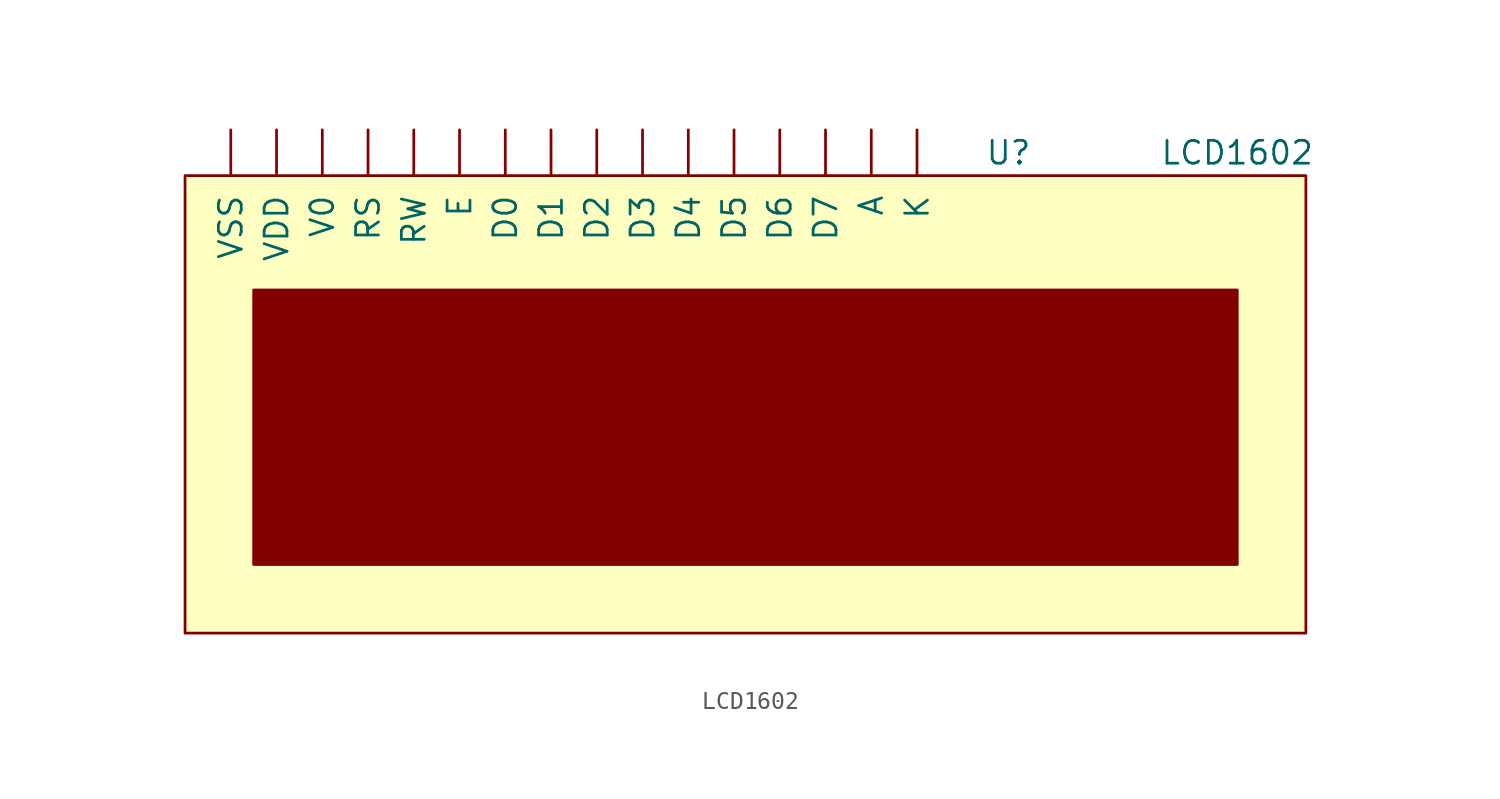
<source format=kicad_sym>
(kicad_symbol_lib
  (version 20211014)
  (generator kicad_symbol_editor)
  (symbol "LCD1602"
    (pin_numbers hide)
    (pin_names
      (offset 1.016))
    (property "Reference" "U"
      (at 15.24 15.24 0)
      (effects (font (size 1.27 1.27))))
    (property "Value" "LCD1602"
      (at 27.94 15.24 0)
      (effects (font (size 1.27 1.27))))
    (symbol "LCD1602_0_1"
      (rectangle (start -30.48 13.97) (end 31.75 -11.43) (stroke (width 0) (type default) (color 0 0 0 0)) (fill (type background)))
      (rectangle (start -26.67 7.62) (end 27.94 -7.62) (stroke (width 0) (type default) (color 0 0 0 0)) (fill (type outline))))
    (symbol "LCD1602_1_1"
      (pin bidirectional line (at -27.94 16.51 270) (length 2.54) (name "VSS" (effects (font (size 1.27 1.27)))) (number "1" (effects (font (size 1.27 1.27)))))
      (pin bidirectional line (at -5.08 16.51 270) (length 2.54) (name "D3" (effects (font (size 1.27 1.27)))) (number "10" (effects (font (size 1.27 1.27)))))
      (pin bidirectional line (at -2.54 16.51 270) (length 2.54) (name "D4" (effects (font (size 1.27 1.27)))) (number "11" (effects (font (size 1.27 1.27)))))
      (pin bidirectional line (at 0 16.51 270) (length 2.54) (name "D5" (effects (font (size 1.27 1.27)))) (number "12" (effects (font (size 1.27 1.27)))))
      (pin bidirectional line (at 2.54 16.51 270) (length 2.54) (name "D6" (effects (font (size 1.27 1.27)))) (number "13" (effects (font (size 1.27 1.27)))))
      (pin bidirectional line (at 5.08 16.51 270) (length 2.54) (name "D7" (effects (font (size 1.27 1.27)))) (number "14" (effects (font (size 1.27 1.27)))))
      (pin bidirectional line (at 7.62 16.51 270) (length 2.54) (name "A" (effects (font (size 1.27 1.27)))) (number "15" (effects (font (size 1.27 1.27)))))
      (pin bidirectional line (at 10.16 16.51 270) (length 2.54) (name "K" (effects (font (size 1.27 1.27)))) (number "16" (effects (font (size 1.27 1.27)))))
      (pin bidirectional line (at -25.4 16.51 270) (length 2.54) (name "VDD" (effects (font (size 1.27 1.27)))) (number "2" (effects (font (size 1.27 1.27)))))
      (pin bidirectional line (at -22.86 16.51 270) (length 2.54) (name "V0" (effects (font (size 1.27 1.27)))) (number "3" (effects (font (size 1.27 1.27)))))
      (pin bidirectional line (at -20.32 16.51 270) (length 2.54) (name "RS" (effects (font (size 1.27 1.27)))) (number "4" (effects (font (size 1.27 1.27)))))
      (pin bidirectional line (at -17.78 16.51 270) (length 2.54) (name "RW" (effects (font (size 1.27 1.27)))) (number "5" (effects (font (size 1.27 1.27)))))
      (pin bidirectional line (at -15.24 16.51 270) (length 2.54) (name "E" (effects (font (size 1.27 1.27)))) (number "6" (effects (font (size 1.27 1.27)))))
      (pin bidirectional line (at -12.7 16.51 270) (length 2.54) (name "D0" (effects (font (size 1.27 1.27)))) (number "7" (effects (font (size 1.27 1.27)))))
      (pin bidirectional line (at -10.16 16.51 270) (length 2.54) (name "D1" (effects (font (size 1.27 1.27)))) (number "8" (effects (font (size 1.27 1.27)))))
      (pin bidirectional line (at -7.62 16.51 270) (length 2.54) (name "D2" (effects (font (size 1.27 1.27)))) (number "9" (effects (font (size 1.27 1.27))))))))
</source>
